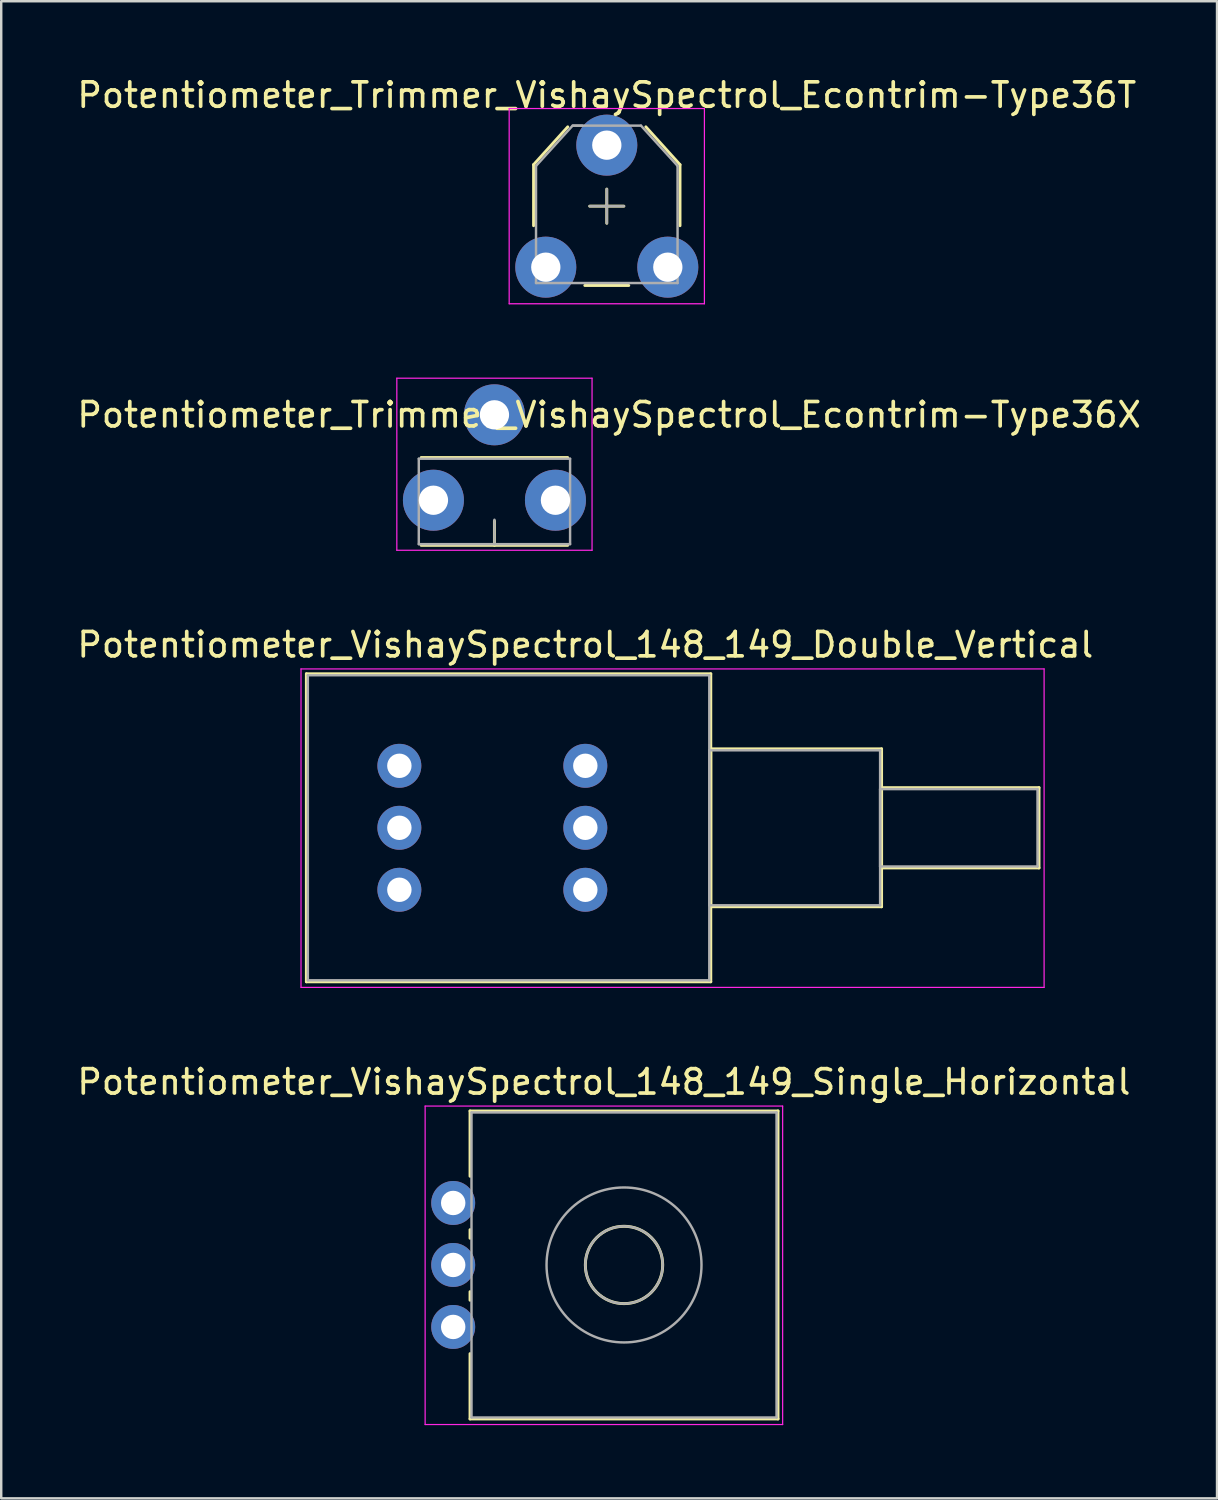
<source format=kicad_pcb>
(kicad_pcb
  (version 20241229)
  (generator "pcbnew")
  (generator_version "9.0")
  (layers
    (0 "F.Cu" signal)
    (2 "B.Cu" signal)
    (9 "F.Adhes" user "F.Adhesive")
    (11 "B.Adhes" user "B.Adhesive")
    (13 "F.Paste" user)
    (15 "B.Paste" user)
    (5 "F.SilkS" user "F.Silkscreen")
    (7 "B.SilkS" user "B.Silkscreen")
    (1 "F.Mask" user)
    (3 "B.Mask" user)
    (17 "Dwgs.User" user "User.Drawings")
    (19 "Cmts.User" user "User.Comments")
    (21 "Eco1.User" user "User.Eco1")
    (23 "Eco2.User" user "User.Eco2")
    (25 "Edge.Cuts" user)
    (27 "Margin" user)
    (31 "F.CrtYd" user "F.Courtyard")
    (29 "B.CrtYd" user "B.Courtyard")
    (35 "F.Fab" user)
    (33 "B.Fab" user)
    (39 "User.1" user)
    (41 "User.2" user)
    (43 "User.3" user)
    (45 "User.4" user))
  (footprint "Potentiometer_Trimmer_VishaySpectrol_Econtrim-Type36T"
    (layer "F.Cu")
    (at 19.315 7.898)
    (property "Reference" "Potentiometer_Trimmer_VishaySpectrol_Econtrim-Type36T" (at 2.5 -7.05 0) (layer "F.SilkS") (effects (font (size 1 1) (thickness 0.15))))
    (attr through_hole)
    (fp_line (start -0.5 -4.2) (end -0.5 -1.7) (stroke (width 0.12) (type solid)) (layer "F.SilkS"))
    (fp_line (start 0.9 -5.75) (end -0.5 -4.2) (stroke (width 0.12) (type solid)) (layer "F.SilkS"))
    (fp_line (start 1.6 0.75) (end 3.4 0.75) (stroke (width 0.12) (type solid)) (layer "F.SilkS"))
    (fp_line (start 1.8 -2.5) (end 3.2 -2.5) (stroke (width 0.12) (type solid)) (layer "F.SilkS"))
    (fp_line (start 2.5 -1.8) (end 2.5 -3.2) (stroke (width 0.12) (type solid)) (layer "F.SilkS"))
    (fp_line (start 4.1 -5.75) (end 5.5 -4.2) (stroke (width 0.12) (type solid)) (layer "F.SilkS"))
    (fp_line (start 5.5 -4.2) (end 5.5 -1.7) (stroke (width 0.12) (type solid)) (layer "F.SilkS"))
    (fp_line (start -1.5 -6.5) (end -1.5 1.5) (stroke (width 0.05) (type solid)) (layer "F.CrtYd"))
    (fp_line (start -1.5 -6.5) (end 6.5 -6.5) (stroke (width 0.05) (type solid)) (layer "F.CrtYd"))
    (fp_line (start 6.5 1.5) (end -1.5 1.5) (stroke (width 0.05) (type solid)) (layer "F.CrtYd"))
    (fp_line (start 6.5 1.5) (end 6.5 -6.5) (stroke (width 0.05) (type solid)) (layer "F.CrtYd"))
    (fp_line (start -0.4 -4.15) (end -0.4 0.65) (stroke (width 0.1) (type solid)) (layer "F.Fab"))
    (fp_line (start -0.4 -4.15) (end 1.1 -5.8) (stroke (width 0.1) (type solid)) (layer "F.Fab"))
    (fp_line (start -0.4 0.65) (end 5.4 0.65) (stroke (width 0.1) (type solid)) (layer "F.Fab"))
    (fp_line (start 1.1 -5.8) (end 1.5 -5.8) (stroke (width 0.1) (type solid)) (layer "F.Fab"))
    (fp_line (start 1.8 -2.5) (end 3.2 -2.5) (stroke (width 0.1) (type solid)) (layer "F.Fab"))
    (fp_line (start 2.5 -1.8) (end 2.5 -3.2) (stroke (width 0.1) (type solid)) (layer "F.Fab"))
    (fp_line (start 3.9 -5.8) (end 1.15 -5.8) (stroke (width 0.1) (type solid)) (layer "F.Fab"))
    (fp_line (start 5.4 -4.15) (end 3.9 -5.8) (stroke (width 0.1) (type solid)) (layer "F.Fab"))
    (fp_line (start 5.4 0.65) (end 5.4 -4.15) (stroke (width 0.1) (type solid)) (layer "F.Fab"))
    (pad "1" thru_hole circle (at 0 0) (size 2.5 2.5) (drill 1.2) (layers "*.Cu" "*.Mask"))
    (pad "2" thru_hole circle (at 2.5 -5) (size 2.5 2.5) (drill 1.2) (layers "*.Cu" "*.Mask"))
    (pad "3" thru_hole circle (at 5 0) (size 2.5 2.5) (drill 1.2) (layers "*.Cu" "*.Mask")))
  (footprint "Potentiometer_Trimmer_VishaySpectrol_Econtrim-Type36X"
    (layer "F.Cu")
    (at 14.711 17.448)
    (property "Reference" "Potentiometer_Trimmer_VishaySpectrol_Econtrim-Type36X" (at 7.2 -3.5 0) (layer "F.SilkS") (effects (font (size 1 1) (thickness 0.15))))
    (attr through_hole)
    (fp_line (start -0.5 -1.75) (end 5.5 -1.75) (stroke (width 0.12) (type solid)) (layer "F.SilkS"))
    (fp_line (start 2.5 0.85) (end 2.5 1.85) (stroke (width 0.12) (type solid)) (layer "F.SilkS"))
    (fp_line (start 5.5 1.85) (end -0.5 1.85) (stroke (width 0.12) (type solid)) (layer "F.SilkS"))
    (fp_line (start -1.5 -5) (end -1.5 2.05) (stroke (width 0.05) (type solid)) (layer "F.CrtYd"))
    (fp_line (start -1.5 -5) (end 6.5 -5) (stroke (width 0.05) (type solid)) (layer "F.CrtYd"))
    (fp_line (start 6.5 2.05) (end -1.5 2.05) (stroke (width 0.05) (type solid)) (layer "F.CrtYd"))
    (fp_line (start 6.5 2.05) (end 6.5 -5) (stroke (width 0.05) (type solid)) (layer "F.CrtYd"))
    (fp_line (start -0.6 -1.7) (end 5.6 -1.7) (stroke (width 0.1) (type solid)) (layer "F.Fab"))
    (fp_line (start -0.6 1.8) (end -0.6 -1.7) (stroke (width 0.1) (type solid)) (layer "F.Fab"))
    (fp_line (start 2.5 1.8) (end 2.5 0.8) (stroke (width 0.1) (type solid)) (layer "F.Fab"))
    (fp_line (start 5.6 -1.7) (end 5.6 1.8) (stroke (width 0.1) (type solid)) (layer "F.Fab"))
    (fp_line (start 5.6 1.8) (end -0.6 1.8) (stroke (width 0.1) (type solid)) (layer "F.Fab"))
    (pad "1" thru_hole circle (at 0 0) (size 2.5 2.5) (drill 1.2) (layers "*.Cu" "*.Mask"))
    (pad "2" thru_hole circle (at 2.5 -3.5) (size 2.5 2.5) (drill 1.2) (layers "*.Cu" "*.Mask"))
    (pad "3" thru_hole circle (at 5 0) (size 2.5 2.5) (drill 1.2) (layers "*.Cu" "*.Mask")))
  (footprint "Potentiometer_VishaySpectrol_148_149_Double_Vertical"
    (layer "F.Cu")
    (at 20.935 33.411)
    (property "Reference" "Potentiometer_VishaySpectrol_148_149_Double_Vertical" (at 0 -10.04 0) (layer "F.SilkS") (effects (font (size 1 1) (thickness 0.15))))
    (attr through_hole)
    (fp_line (start -11.43 -8.85) (end -11.43 3.77) (stroke (width 0.12) (type solid)) (layer "F.SilkS"))
    (fp_line (start -11.43 -8.85) (end 5.141 -8.85) (stroke (width 0.12) (type solid)) (layer "F.SilkS"))
    (fp_line (start -11.43 3.77) (end 5.141 3.77) (stroke (width 0.12) (type solid)) (layer "F.SilkS"))
    (fp_line (start 5.141 -8.85) (end 5.141 3.77) (stroke (width 0.12) (type solid)) (layer "F.SilkS"))
    (fp_line (start 5.141 -5.775) (end 5.141 0.695) (stroke (width 0.12) (type solid)) (layer "F.SilkS"))
    (fp_line (start 5.141 -5.775) (end 12.14 -5.775) (stroke (width 0.12) (type solid)) (layer "F.SilkS"))
    (fp_line (start 5.141 0.695) (end 12.14 0.695) (stroke (width 0.12) (type solid)) (layer "F.SilkS"))
    (fp_line (start 12.14 -5.775) (end 12.14 0.695) (stroke (width 0.12) (type solid)) (layer "F.SilkS"))
    (fp_line (start 12.14 -4.185) (end 12.14 -0.895) (stroke (width 0.12) (type solid)) (layer "F.SilkS"))
    (fp_line (start 12.14 -4.185) (end 18.591 -4.185) (stroke (width 0.12) (type solid)) (layer "F.SilkS"))
    (fp_line (start 12.14 -0.895) (end 18.591 -0.895) (stroke (width 0.12) (type solid)) (layer "F.SilkS"))
    (fp_line (start 18.591 -4.185) (end 18.591 -0.895) (stroke (width 0.12) (type solid)) (layer "F.SilkS"))
    (fp_line (start -11.65 -9.05) (end -11.65 4) (stroke (width 0.05) (type solid)) (layer "F.CrtYd"))
    (fp_line (start -11.65 4) (end 18.8 4) (stroke (width 0.05) (type solid)) (layer "F.CrtYd"))
    (fp_line (start 18.8 -9.05) (end -11.65 -9.05) (stroke (width 0.05) (type solid)) (layer "F.CrtYd"))
    (fp_line (start 18.8 4) (end 18.8 -9.05) (stroke (width 0.05) (type solid)) (layer "F.CrtYd"))
    (fp_line (start -11.37 -8.79) (end -11.37 3.71) (stroke (width 0.1) (type solid)) (layer "F.Fab"))
    (fp_line (start -11.37 3.71) (end 5.08 3.71) (stroke (width 0.1) (type solid)) (layer "F.Fab"))
    (fp_line (start 5.08 -8.79) (end -11.37 -8.79) (stroke (width 0.1) (type solid)) (layer "F.Fab"))
    (fp_line (start 5.08 -5.715) (end 5.08 0.635) (stroke (width 0.1) (type solid)) (layer "F.Fab"))
    (fp_line (start 5.08 0.635) (end 12.08 0.635) (stroke (width 0.1) (type solid)) (layer "F.Fab"))
    (fp_line (start 5.08 3.71) (end 5.08 -8.79) (stroke (width 0.1) (type solid)) (layer "F.Fab"))
    (fp_line (start 12.08 -5.715) (end 5.08 -5.715) (stroke (width 0.1) (type solid)) (layer "F.Fab"))
    (fp_line (start 12.08 -4.125) (end 12.08 -0.955) (stroke (width 0.1) (type solid)) (layer "F.Fab"))
    (fp_line (start 12.08 -0.955) (end 18.53 -0.955) (stroke (width 0.1) (type solid)) (layer "F.Fab"))
    (fp_line (start 12.08 0.635) (end 12.08 -5.715) (stroke (width 0.1) (type solid)) (layer "F.Fab"))
    (fp_line (start 18.53 -4.125) (end 12.08 -4.125) (stroke (width 0.1) (type solid)) (layer "F.Fab"))
    (fp_line (start 18.53 -0.955) (end 18.53 -4.125) (stroke (width 0.1) (type solid)) (layer "F.Fab"))
    (pad "1" thru_hole circle (at 0 0) (size 1.8 1.8) (drill 1) (layers "*.Cu" "*.Mask"))
    (pad "2" thru_hole circle (at 0 -2.54) (size 1.8 1.8) (drill 1) (layers "*.Cu" "*.Mask"))
    (pad "3" thru_hole circle (at 0 -5.08) (size 1.8 1.8) (drill 1) (layers "*.Cu" "*.Mask"))
    (pad "4" thru_hole circle (at -7.62 0) (size 1.8 1.8) (drill 1) (layers "*.Cu" "*.Mask"))
    (pad "5" thru_hole circle (at -7.62 -2.54) (size 1.8 1.8) (drill 1) (layers "*.Cu" "*.Mask"))
    (pad "6" thru_hole circle (at -7.62 -5.08) (size 1.8 1.8) (drill 1) (layers "*.Cu" "*.Mask")))
  (footprint "Potentiometer_VishaySpectrol_148_149_Single_Horizontal"
    (layer "F.Cu")
    (at 15.521 51.325)
    (property "Reference" "Potentiometer_VishaySpectrol_148_149_Single_Horizontal" (at 6.175 -10.04 0) (layer "F.SilkS") (effects (font (size 1 1) (thickness 0.15))))
    (attr through_hole)
    (fp_line (start 0.69 -8.85) (end 0.69 -6.175) (stroke (width 0.12) (type solid)) (layer "F.SilkS"))
    (fp_line (start 0.69 -8.85) (end 13.31 -8.85) (stroke (width 0.12) (type solid)) (layer "F.SilkS"))
    (fp_line (start 0.69 -3.985) (end 0.69 -3.635) (stroke (width 0.12) (type solid)) (layer "F.SilkS"))
    (fp_line (start 0.69 -1.445) (end 0.69 -1.095) (stroke (width 0.12) (type solid)) (layer "F.SilkS"))
    (fp_line (start 0.69 1.095) (end 0.69 3.77) (stroke (width 0.12) (type solid)) (layer "F.SilkS"))
    (fp_line (start 0.69 3.77) (end 13.31 3.77) (stroke (width 0.12) (type solid)) (layer "F.SilkS"))
    (fp_line (start 13.31 -8.85) (end 13.31 3.77) (stroke (width 0.12) (type solid)) (layer "F.SilkS"))
    (fp_circle (center 7 -2.54) (end 8.585 -2.54) (stroke (width 0.12) (type solid)) (fill no) (layer "F.SilkS"))
    (fp_line (start -1.15 -9.05) (end -1.15 4) (stroke (width 0.05) (type solid)) (layer "F.CrtYd"))
    (fp_line (start -1.15 4) (end 13.5 4) (stroke (width 0.05) (type solid)) (layer "F.CrtYd"))
    (fp_line (start 13.5 -9.05) (end -1.15 -9.05) (stroke (width 0.05) (type solid)) (layer "F.CrtYd"))
    (fp_line (start 13.5 4) (end 13.5 -9.05) (stroke (width 0.05) (type solid)) (layer "F.CrtYd"))
    (fp_line (start 0.75 -8.79) (end 0.75 3.71) (stroke (width 0.1) (type solid)) (layer "F.Fab"))
    (fp_line (start 0.75 3.71) (end 13.25 3.71) (stroke (width 0.1) (type solid)) (layer "F.Fab"))
    (fp_line (start 13.25 -8.79) (end 0.75 -8.79) (stroke (width 0.1) (type solid)) (layer "F.Fab"))
    (fp_line (start 13.25 3.71) (end 13.25 -8.79) (stroke (width 0.1) (type solid)) (layer "F.Fab"))
    (fp_circle (center 7 -2.54) (end 8.585 -2.54) (stroke (width 0.1) (type solid)) (fill no) (layer "F.Fab"))
    (fp_circle (center 7 -2.54) (end 10.175 -2.54) (stroke (width 0.1) (type solid)) (fill no) (layer "F.Fab"))
    (pad "1" thru_hole circle (at 0 0) (size 1.8 1.8) (drill 1) (layers "*.Cu" "*.Mask"))
    (pad "2" thru_hole circle (at 0 -2.54) (size 1.8 1.8) (drill 1) (layers "*.Cu" "*.Mask"))
    (pad "3" thru_hole circle (at 0 -5.08) (size 1.8 1.8) (drill 1) (layers "*.Cu" "*.Mask")))
  (gr_rect
    (start -3 -3)
    (end 46.821 58.35)
    (stroke (width 0.1) (type default))
    (fill no)
    (layer "Edge.Cuts")))
</source>
